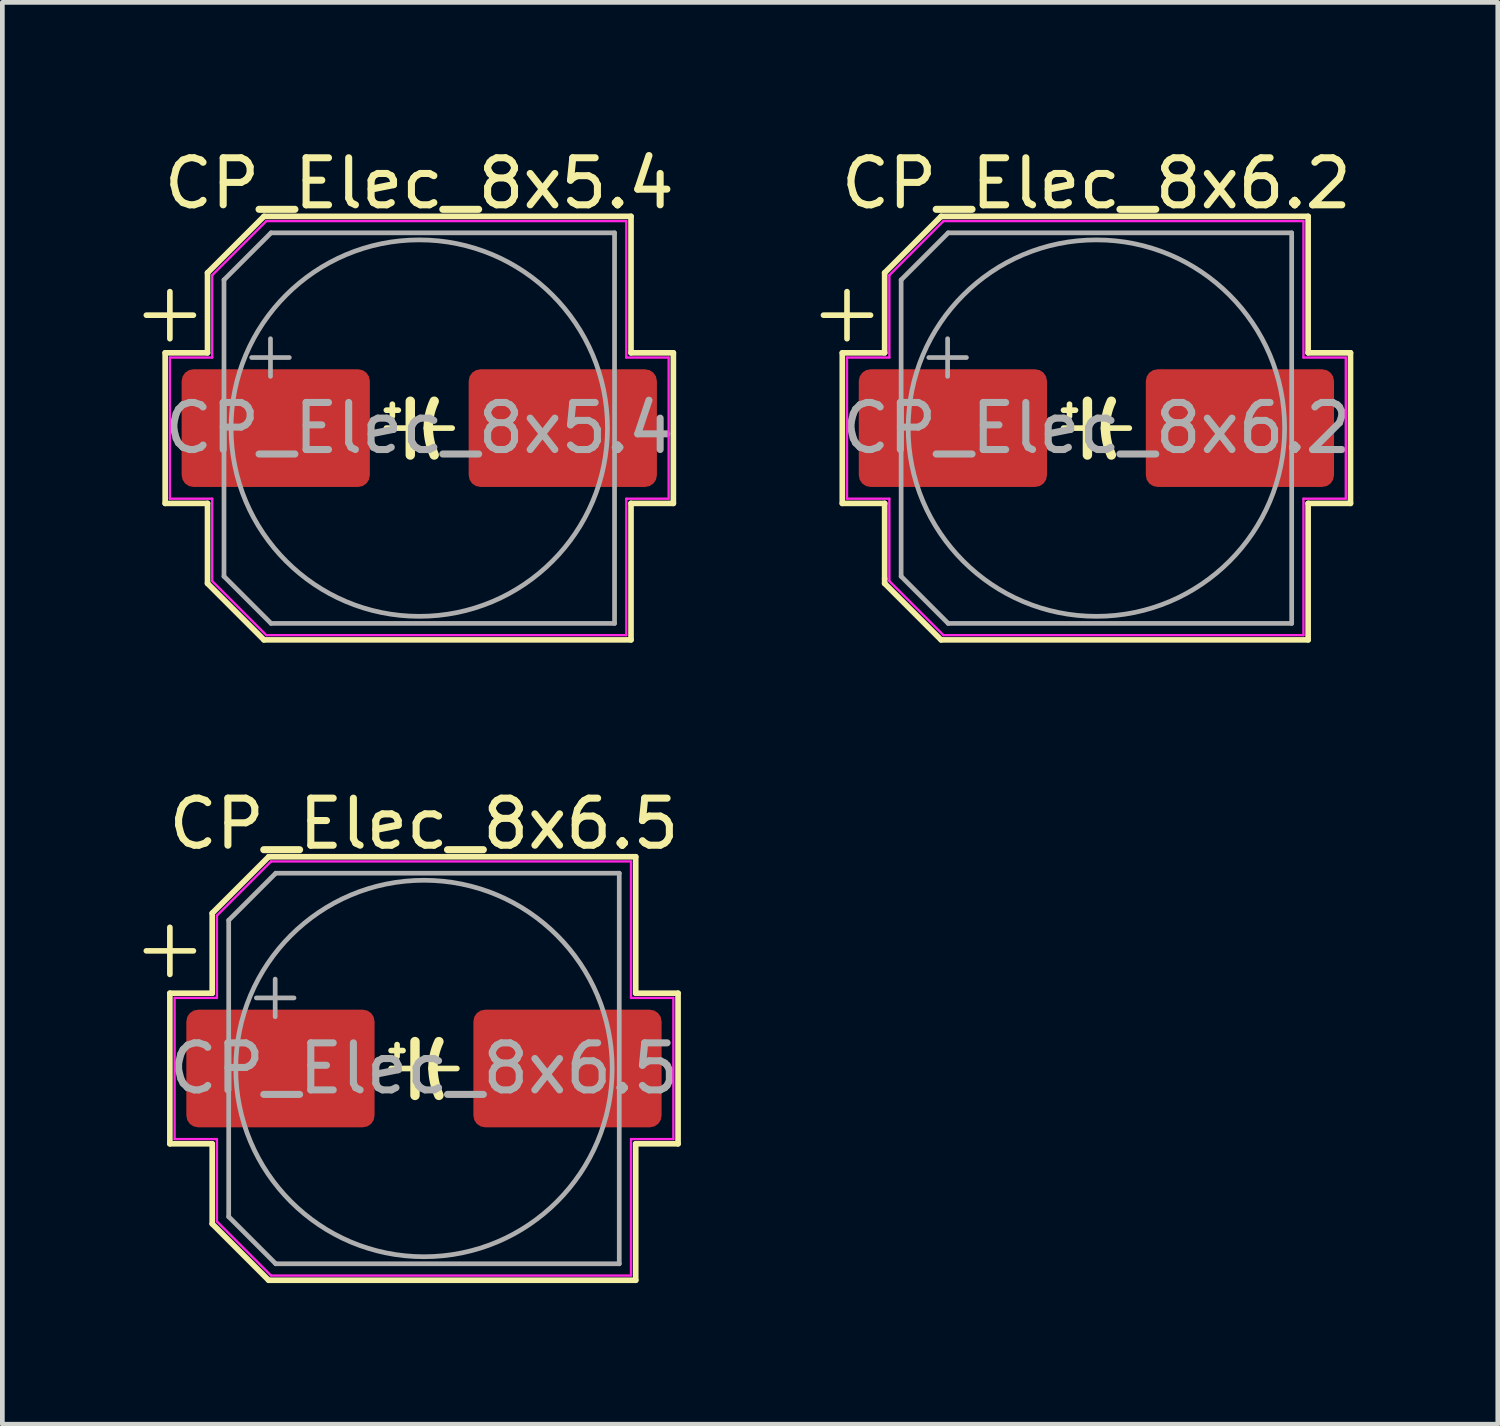
<source format=kicad_pcb>
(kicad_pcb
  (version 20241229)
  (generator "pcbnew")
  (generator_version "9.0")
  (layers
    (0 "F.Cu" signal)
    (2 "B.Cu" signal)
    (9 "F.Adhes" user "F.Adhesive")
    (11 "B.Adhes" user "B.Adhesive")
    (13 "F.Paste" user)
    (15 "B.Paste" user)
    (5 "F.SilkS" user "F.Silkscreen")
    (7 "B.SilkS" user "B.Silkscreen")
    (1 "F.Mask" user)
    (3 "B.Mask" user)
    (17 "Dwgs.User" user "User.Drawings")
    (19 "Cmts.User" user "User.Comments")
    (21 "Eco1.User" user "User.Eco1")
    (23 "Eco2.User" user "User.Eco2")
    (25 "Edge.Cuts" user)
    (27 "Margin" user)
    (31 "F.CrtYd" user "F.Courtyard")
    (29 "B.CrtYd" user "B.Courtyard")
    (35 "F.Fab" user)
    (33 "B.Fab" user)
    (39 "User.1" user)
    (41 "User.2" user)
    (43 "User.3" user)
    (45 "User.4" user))
  (footprint "CP_Elec_8x6.2"
    (layer "F.Cu")
    (at 20.25 6.048)
    (property "Reference" "CP_Elec_8x6.2" (at 0 -5.2 0) (layer "F.SilkS") (effects (font (size 1 1) (thickness 0.15))))
    (attr smd)
    (fp_line (start -5.8 -2.4) (end -4.8 -2.4) (stroke (width 0.12) (type solid)) (layer "F.SilkS"))
    (fp_line (start -5.4 -1.6) (end -5.4 1.6) (stroke (width 0.12) (type solid)) (layer "F.SilkS"))
    (fp_line (start -5.4 1.6) (end -4.5 1.6) (stroke (width 0.12) (type solid)) (layer "F.SilkS"))
    (fp_line (start -5.3 -2.9) (end -5.3 -1.9) (stroke (width 0.12) (type solid)) (layer "F.SilkS"))
    (fp_line (start -4.5 -3.3) (end -4.5 -1.6) (stroke (width 0.12) (type solid)) (layer "F.SilkS"))
    (fp_line (start -4.5 -1.6) (end -5.4 -1.6) (stroke (width 0.12) (type solid)) (layer "F.SilkS"))
    (fp_line (start -4.5 1.6) (end -4.5 3.2) (stroke (width 0.12) (type solid)) (layer "F.SilkS"))
    (fp_line (start -4.5 3.2) (end -4.5 3.3) (stroke (width 0.12) (type solid)) (layer "F.SilkS"))
    (fp_line (start -4.5 3.3) (end -3.3 4.5) (stroke (width 0.12) (type solid)) (layer "F.SilkS"))
    (fp_line (start -3.3 -4.5) (end -4.5 -3.3) (stroke (width 0.12) (type solid)) (layer "F.SilkS"))
    (fp_line (start -3.3 4.5) (end 4.5 4.5) (stroke (width 0.12) (type solid)) (layer "F.SilkS"))
    (fp_line (start -0.699 -0.381) (end -0.445 -0.381) (stroke (width 0.12) (type solid)) (layer "F.SilkS"))
    (fp_line (start -0.699 0) (end -0.191 0) (stroke (width 0.12) (type solid)) (layer "F.SilkS"))
    (fp_line (start -0.572 -0.508) (end -0.572 -0.254) (stroke (width 0.12) (type solid)) (layer "F.SilkS"))
    (fp_line (start -0.191 -0.572) (end -0.191 0.572) (stroke (width 0.2) (type solid)) (layer "F.SilkS"))
    (fp_line (start 0.699 0) (end 0.191 0) (stroke (width 0.12) (type solid)) (layer "F.SilkS"))
    (fp_line (start 4.5 -4.5) (end -3.3 -4.5) (stroke (width 0.12) (type solid)) (layer "F.SilkS"))
    (fp_line (start 4.5 -1.6) (end 4.5 -4.5) (stroke (width 0.12) (type solid)) (layer "F.SilkS"))
    (fp_line (start 4.5 1.6) (end 5.4 1.6) (stroke (width 0.12) (type solid)) (layer "F.SilkS"))
    (fp_line (start 4.5 4.5) (end 4.5 1.6) (stroke (width 0.12) (type solid)) (layer "F.SilkS"))
    (fp_line (start 5.4 -1.6) (end 4.5 -1.6) (stroke (width 0.12) (type solid)) (layer "F.SilkS"))
    (fp_line (start 5.4 1.6) (end 5.4 -1.6) (stroke (width 0.12) (type solid)) (layer "F.SilkS"))
    (fp_arc (start 0.1905 0) (mid 0.222579 -0.292732) (end 0.3175 -0.5715) (stroke (width 0.2) (type solid)) (layer "F.SilkS"))
    (fp_arc (start 0.3175 0.5715) (mid 0.226611 0.291836) (end 0.1905 0) (stroke (width 0.2) (type solid)) (layer "F.SilkS"))
    (fp_line (start -5.3 -1.5) (end -5.3 1.5) (stroke (width 0.05) (type solid)) (layer "F.CrtYd"))
    (fp_line (start -5.3 1.5) (end -4.4 1.5) (stroke (width 0.05) (type solid)) (layer "F.CrtYd"))
    (fp_line (start -4.4 -3.25) (end -4.4 -1.5) (stroke (width 0.05) (type solid)) (layer "F.CrtYd"))
    (fp_line (start -4.4 -3.25) (end -3.25 -4.4) (stroke (width 0.05) (type solid)) (layer "F.CrtYd"))
    (fp_line (start -4.4 -1.5) (end -5.3 -1.5) (stroke (width 0.05) (type solid)) (layer "F.CrtYd"))
    (fp_line (start -4.4 1.5) (end -4.4 3.25) (stroke (width 0.05) (type solid)) (layer "F.CrtYd"))
    (fp_line (start -4.4 3.25) (end -3.25 4.4) (stroke (width 0.05) (type solid)) (layer "F.CrtYd"))
    (fp_line (start -3.25 -4.4) (end 4.4 -4.4) (stroke (width 0.05) (type solid)) (layer "F.CrtYd"))
    (fp_line (start -3.25 4.4) (end 4.4 4.4) (stroke (width 0.05) (type solid)) (layer "F.CrtYd"))
    (fp_line (start 4.4 -4.4) (end 4.4 -1.5) (stroke (width 0.05) (type solid)) (layer "F.CrtYd"))
    (fp_line (start 4.4 -1.5) (end 5.3 -1.5) (stroke (width 0.05) (type solid)) (layer "F.CrtYd"))
    (fp_line (start 4.4 1.5) (end 4.4 4.4) (stroke (width 0.05) (type solid)) (layer "F.CrtYd"))
    (fp_line (start 5.3 -1.5) (end 5.3 1.5) (stroke (width 0.05) (type solid)) (layer "F.CrtYd"))
    (fp_line (start 5.3 1.5) (end 4.4 1.5) (stroke (width 0.05) (type solid)) (layer "F.CrtYd"))
    (fp_line (start -4.15 -3.15) (end -4.15 3.15) (stroke (width 0.1) (type solid)) (layer "F.Fab"))
    (fp_line (start -4.15 -3.15) (end -3.15 -4.15) (stroke (width 0.1) (type solid)) (layer "F.Fab"))
    (fp_line (start -4.15 3.15) (end -3.15 4.15) (stroke (width 0.1) (type solid)) (layer "F.Fab"))
    (fp_line (start -3.562 -1.5) (end -2.762 -1.5) (stroke (width 0.1) (type solid)) (layer "F.Fab"))
    (fp_line (start -3.162 -1.9) (end -3.162 -1.1) (stroke (width 0.1) (type solid)) (layer "F.Fab"))
    (fp_line (start -3.15 -4.15) (end 4.15 -4.15) (stroke (width 0.1) (type solid)) (layer "F.Fab"))
    (fp_line (start -3.15 4.15) (end 4.15 4.15) (stroke (width 0.1) (type solid)) (layer "F.Fab"))
    (fp_line (start 4.15 -4.15) (end 4.15 4.15) (stroke (width 0.1) (type solid)) (layer "F.Fab"))
    (fp_circle (center 0 0) (end 4 0) (stroke (width 0.1) (type solid)) (fill no) (layer "F.Fab"))
    (fp_text user "${REFERENCE}" (at 0 0 0) (layer "F.Fab") (effects (font (size 1 1) (thickness 0.15))))
    (pad "1" smd roundrect (at -3.05 0) (size 4 2.5) (layers "F.Cu" "F.Mask" "F.Paste") (roundrect_rratio 0.1))
    (pad "2" smd roundrect (at 3.05 0) (size 4 2.5) (layers "F.Cu" "F.Mask" "F.Paste") (roundrect_rratio 0.1)))
  (footprint "CP_Elec_8x6.5"
    (layer "F.Cu")
    (at 5.96 19.657)
    (property "Reference" "CP_Elec_8x6.5" (at 0 -5.2 0) (layer "F.SilkS") (effects (font (size 1 1) (thickness 0.15))))
    (attr smd)
    (fp_line (start -5.9 -2.5) (end -4.9 -2.5) (stroke (width 0.12) (type solid)) (layer "F.SilkS"))
    (fp_line (start -5.4 -3) (end -5.4 -2) (stroke (width 0.12) (type solid)) (layer "F.SilkS"))
    (fp_line (start -5.4 -1.6) (end -5.4 1.6) (stroke (width 0.12) (type solid)) (layer "F.SilkS"))
    (fp_line (start -5.4 1.6) (end -4.5 1.6) (stroke (width 0.12) (type solid)) (layer "F.SilkS"))
    (fp_line (start -4.5 -3.3) (end -4.5 -1.6) (stroke (width 0.12) (type solid)) (layer "F.SilkS"))
    (fp_line (start -4.5 -1.6) (end -5.4 -1.6) (stroke (width 0.12) (type solid)) (layer "F.SilkS"))
    (fp_line (start -4.5 1.6) (end -4.5 3.3) (stroke (width 0.12) (type solid)) (layer "F.SilkS"))
    (fp_line (start -4.5 3.3) (end -3.3 4.5) (stroke (width 0.12) (type solid)) (layer "F.SilkS"))
    (fp_line (start -3.3 -4.5) (end -4.5 -3.3) (stroke (width 0.12) (type solid)) (layer "F.SilkS"))
    (fp_line (start -3.3 4.5) (end 4.5 4.5) (stroke (width 0.12) (type solid)) (layer "F.SilkS"))
    (fp_line (start -0.699 -0.381) (end -0.445 -0.381) (stroke (width 0.12) (type solid)) (layer "F.SilkS"))
    (fp_line (start -0.699 0) (end -0.191 0) (stroke (width 0.12) (type solid)) (layer "F.SilkS"))
    (fp_line (start -0.572 -0.508) (end -0.572 -0.254) (stroke (width 0.12) (type solid)) (layer "F.SilkS"))
    (fp_line (start -0.191 -0.572) (end -0.191 0.572) (stroke (width 0.2) (type solid)) (layer "F.SilkS"))
    (fp_line (start 0.699 0) (end 0.191 0) (stroke (width 0.12) (type solid)) (layer "F.SilkS"))
    (fp_line (start 4.5 -4.5) (end -3.3 -4.5) (stroke (width 0.12) (type solid)) (layer "F.SilkS"))
    (fp_line (start 4.5 -1.6) (end 4.5 -4.5) (stroke (width 0.12) (type solid)) (layer "F.SilkS"))
    (fp_line (start 4.5 1.6) (end 5.4 1.6) (stroke (width 0.12) (type solid)) (layer "F.SilkS"))
    (fp_line (start 4.5 4.5) (end 4.5 1.6) (stroke (width 0.12) (type solid)) (layer "F.SilkS"))
    (fp_line (start 5.4 -1.6) (end 4.5 -1.6) (stroke (width 0.12) (type solid)) (layer "F.SilkS"))
    (fp_line (start 5.4 1.6) (end 5.4 -1.6) (stroke (width 0.12) (type solid)) (layer "F.SilkS"))
    (fp_arc (start 0.1905 0) (mid 0.222579 -0.292732) (end 0.3175 -0.5715) (stroke (width 0.2) (type solid)) (layer "F.SilkS"))
    (fp_arc (start 0.3175 0.5715) (mid 0.226611 0.291836) (end 0.1905 0) (stroke (width 0.2) (type solid)) (layer "F.SilkS"))
    (fp_line (start -5.3 -1.5) (end -5.3 1.5) (stroke (width 0.05) (type solid)) (layer "F.CrtYd"))
    (fp_line (start -5.3 1.5) (end -4.4 1.5) (stroke (width 0.05) (type solid)) (layer "F.CrtYd"))
    (fp_line (start -4.4 -3.25) (end -4.4 -1.5) (stroke (width 0.05) (type solid)) (layer "F.CrtYd"))
    (fp_line (start -4.4 -3.25) (end -3.25 -4.4) (stroke (width 0.05) (type solid)) (layer "F.CrtYd"))
    (fp_line (start -4.4 -1.5) (end -5.3 -1.5) (stroke (width 0.05) (type solid)) (layer "F.CrtYd"))
    (fp_line (start -4.4 1.5) (end -4.4 3.25) (stroke (width 0.05) (type solid)) (layer "F.CrtYd"))
    (fp_line (start -4.4 3.25) (end -3.25 4.4) (stroke (width 0.05) (type solid)) (layer "F.CrtYd"))
    (fp_line (start -3.25 -4.4) (end 4.4 -4.4) (stroke (width 0.05) (type solid)) (layer "F.CrtYd"))
    (fp_line (start -3.25 4.4) (end 4.4 4.4) (stroke (width 0.05) (type solid)) (layer "F.CrtYd"))
    (fp_line (start 4.4 -4.4) (end 4.4 -1.5) (stroke (width 0.05) (type solid)) (layer "F.CrtYd"))
    (fp_line (start 4.4 -1.5) (end 5.3 -1.5) (stroke (width 0.05) (type solid)) (layer "F.CrtYd"))
    (fp_line (start 4.4 1.5) (end 4.4 4.4) (stroke (width 0.05) (type solid)) (layer "F.CrtYd"))
    (fp_line (start 5.3 -1.5) (end 5.3 1.5) (stroke (width 0.05) (type solid)) (layer "F.CrtYd"))
    (fp_line (start 5.3 1.5) (end 4.4 1.5) (stroke (width 0.05) (type solid)) (layer "F.CrtYd"))
    (fp_line (start -4.15 -3.15) (end -4.15 3.15) (stroke (width 0.1) (type solid)) (layer "F.Fab"))
    (fp_line (start -4.15 -3.15) (end -3.15 -4.15) (stroke (width 0.1) (type solid)) (layer "F.Fab"))
    (fp_line (start -4.15 3.15) (end -3.15 4.15) (stroke (width 0.1) (type solid)) (layer "F.Fab"))
    (fp_line (start -3.562 -1.5) (end -2.762 -1.5) (stroke (width 0.1) (type solid)) (layer "F.Fab"))
    (fp_line (start -3.162 -1.9) (end -3.162 -1.1) (stroke (width 0.1) (type solid)) (layer "F.Fab"))
    (fp_line (start -3.15 -4.15) (end 4.15 -4.15) (stroke (width 0.1) (type solid)) (layer "F.Fab"))
    (fp_line (start -3.15 4.15) (end 4.15 4.15) (stroke (width 0.1) (type solid)) (layer "F.Fab"))
    (fp_line (start 4.15 -4.15) (end 4.15 4.15) (stroke (width 0.1) (type solid)) (layer "F.Fab"))
    (fp_circle (center 0 0) (end 4 0) (stroke (width 0.1) (type solid)) (fill no) (layer "F.Fab"))
    (fp_text user "${REFERENCE}" (at 0 0 0) (layer "F.Fab") (effects (font (size 1 1) (thickness 0.15))))
    (pad "1" smd roundrect (at -3.05 0) (size 4 2.5) (layers "F.Cu" "F.Mask" "F.Paste") (roundrect_rratio 0.1))
    (pad "2" smd roundrect (at 3.05 0) (size 4 2.5) (layers "F.Cu" "F.Mask" "F.Paste") (roundrect_rratio 0.1)))
  (footprint "CP_Elec_8x5.4"
    (layer "F.Cu")
    (at 5.86 6.048)
    (property "Reference" "CP_Elec_8x5.4" (at 0 -5.2 0) (layer "F.SilkS") (effects (font (size 1 1) (thickness 0.15))))
    (attr smd)
    (fp_line (start -5.8 -2.4) (end -4.8 -2.4) (stroke (width 0.12) (type solid)) (layer "F.SilkS"))
    (fp_line (start -5.4 -1.6) (end -5.4 1.6) (stroke (width 0.12) (type solid)) (layer "F.SilkS"))
    (fp_line (start -5.4 1.6) (end -4.5 1.6) (stroke (width 0.12) (type solid)) (layer "F.SilkS"))
    (fp_line (start -5.3 -2.9) (end -5.3 -1.9) (stroke (width 0.12) (type solid)) (layer "F.SilkS"))
    (fp_line (start -4.5 -3.3) (end -4.5 -1.6) (stroke (width 0.12) (type solid)) (layer "F.SilkS"))
    (fp_line (start -4.5 -1.6) (end -5.4 -1.6) (stroke (width 0.12) (type solid)) (layer "F.SilkS"))
    (fp_line (start -4.5 1.6) (end -4.5 3.3) (stroke (width 0.12) (type solid)) (layer "F.SilkS"))
    (fp_line (start -4.5 3.3) (end -3.3 4.5) (stroke (width 0.12) (type solid)) (layer "F.SilkS"))
    (fp_line (start -3.3 -4.5) (end -4.5 -3.3) (stroke (width 0.12) (type solid)) (layer "F.SilkS"))
    (fp_line (start -3.3 4.5) (end 4.5 4.5) (stroke (width 0.12) (type solid)) (layer "F.SilkS"))
    (fp_line (start -0.699 -0.381) (end -0.445 -0.381) (stroke (width 0.12) (type solid)) (layer "F.SilkS"))
    (fp_line (start -0.699 0) (end -0.191 0) (stroke (width 0.12) (type solid)) (layer "F.SilkS"))
    (fp_line (start -0.572 -0.508) (end -0.572 -0.254) (stroke (width 0.12) (type solid)) (layer "F.SilkS"))
    (fp_line (start -0.191 -0.572) (end -0.191 0.572) (stroke (width 0.2) (type solid)) (layer "F.SilkS"))
    (fp_line (start 0.699 0) (end 0.191 0) (stroke (width 0.12) (type solid)) (layer "F.SilkS"))
    (fp_line (start 4.5 -4.5) (end -3.3 -4.5) (stroke (width 0.12) (type solid)) (layer "F.SilkS"))
    (fp_line (start 4.5 -1.6) (end 4.5 -4.5) (stroke (width 0.12) (type solid)) (layer "F.SilkS"))
    (fp_line (start 4.5 1.6) (end 5.4 1.6) (stroke (width 0.12) (type solid)) (layer "F.SilkS"))
    (fp_line (start 4.5 4.5) (end 4.5 1.6) (stroke (width 0.12) (type solid)) (layer "F.SilkS"))
    (fp_line (start 5.4 -1.6) (end 4.5 -1.6) (stroke (width 0.12) (type solid)) (layer "F.SilkS"))
    (fp_line (start 5.4 1.6) (end 5.4 -1.6) (stroke (width 0.12) (type solid)) (layer "F.SilkS"))
    (fp_arc (start 0.1905 0) (mid 0.222579 -0.292732) (end 0.3175 -0.5715) (stroke (width 0.2) (type solid)) (layer "F.SilkS"))
    (fp_arc (start 0.3175 0.5715) (mid 0.226611 0.291836) (end 0.1905 0) (stroke (width 0.2) (type solid)) (layer "F.SilkS"))
    (fp_line (start -5.3 -1.5) (end -5.3 1.5) (stroke (width 0.05) (type solid)) (layer "F.CrtYd"))
    (fp_line (start -5.3 1.5) (end -4.4 1.5) (stroke (width 0.05) (type solid)) (layer "F.CrtYd"))
    (fp_line (start -4.4 -3.25) (end -4.4 -1.5) (stroke (width 0.05) (type solid)) (layer "F.CrtYd"))
    (fp_line (start -4.4 -3.25) (end -3.25 -4.4) (stroke (width 0.05) (type solid)) (layer "F.CrtYd"))
    (fp_line (start -4.4 -1.5) (end -5.3 -1.5) (stroke (width 0.05) (type solid)) (layer "F.CrtYd"))
    (fp_line (start -4.4 1.5) (end -4.4 3.25) (stroke (width 0.05) (type solid)) (layer "F.CrtYd"))
    (fp_line (start -4.4 3.25) (end -3.25 4.4) (stroke (width 0.05) (type solid)) (layer "F.CrtYd"))
    (fp_line (start -3.25 -4.4) (end 4.4 -4.4) (stroke (width 0.05) (type solid)) (layer "F.CrtYd"))
    (fp_line (start -3.25 4.4) (end 4.4 4.4) (stroke (width 0.05) (type solid)) (layer "F.CrtYd"))
    (fp_line (start 4.4 -4.4) (end 4.4 -1.5) (stroke (width 0.05) (type solid)) (layer "F.CrtYd"))
    (fp_line (start 4.4 -1.5) (end 5.3 -1.5) (stroke (width 0.05) (type solid)) (layer "F.CrtYd"))
    (fp_line (start 4.4 1.5) (end 4.4 4.4) (stroke (width 0.05) (type solid)) (layer "F.CrtYd"))
    (fp_line (start 5.3 -1.5) (end 5.3 1.5) (stroke (width 0.05) (type solid)) (layer "F.CrtYd"))
    (fp_line (start 5.3 1.5) (end 4.4 1.5) (stroke (width 0.05) (type solid)) (layer "F.CrtYd"))
    (fp_line (start -4.15 -3.15) (end -4.15 3.15) (stroke (width 0.1) (type solid)) (layer "F.Fab"))
    (fp_line (start -4.15 -3.15) (end -3.15 -4.15) (stroke (width 0.1) (type solid)) (layer "F.Fab"))
    (fp_line (start -4.15 3.15) (end -3.15 4.15) (stroke (width 0.1) (type solid)) (layer "F.Fab"))
    (fp_line (start -3.562 -1.5) (end -2.762 -1.5) (stroke (width 0.1) (type solid)) (layer "F.Fab"))
    (fp_line (start -3.162 -1.9) (end -3.162 -1.1) (stroke (width 0.1) (type solid)) (layer "F.Fab"))
    (fp_line (start -3.15 -4.15) (end 4.15 -4.15) (stroke (width 0.1) (type solid)) (layer "F.Fab"))
    (fp_line (start -3.15 4.15) (end 4.15 4.15) (stroke (width 0.1) (type solid)) (layer "F.Fab"))
    (fp_line (start 4.15 -4.15) (end 4.15 4.15) (stroke (width 0.1) (type solid)) (layer "F.Fab"))
    (fp_circle (center 0 0) (end 4 0) (stroke (width 0.1) (type solid)) (fill no) (layer "F.Fab"))
    (fp_text user "${REFERENCE}" (at 0 0 0) (layer "F.Fab") (effects (font (size 1 1) (thickness 0.15))))
    (pad "1" smd roundrect (at -3.05 0) (size 4 2.5) (layers "F.Cu" "F.Mask" "F.Paste") (roundrect_rratio 0.1))
    (pad "2" smd roundrect (at 3.05 0) (size 4 2.5) (layers "F.Cu" "F.Mask" "F.Paste") (roundrect_rratio 0.1)))
  (gr_rect
    (start -3 -3)
    (end 28.78 27.216)
    (stroke (width 0.1) (type default))
    (fill no)
    (layer "Edge.Cuts")))
</source>
